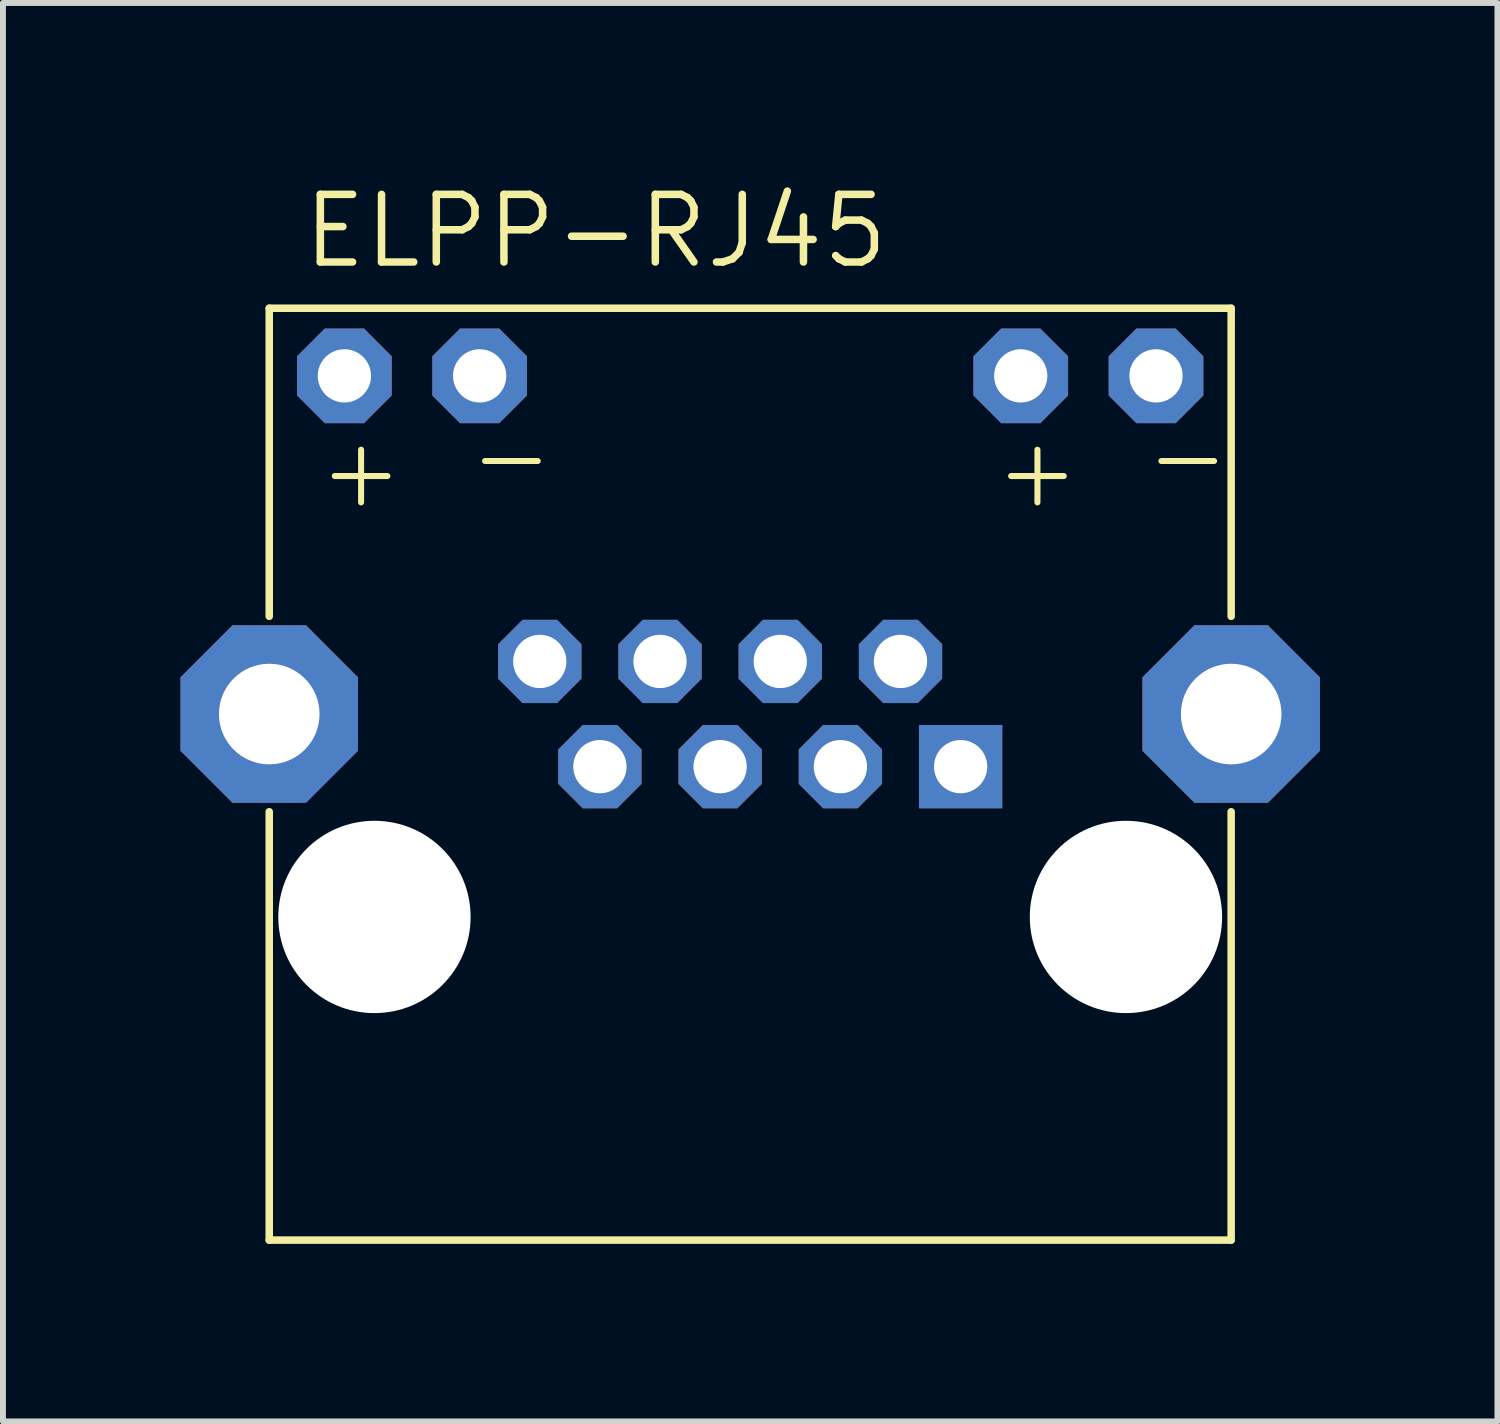
<source format=kicad_pcb>
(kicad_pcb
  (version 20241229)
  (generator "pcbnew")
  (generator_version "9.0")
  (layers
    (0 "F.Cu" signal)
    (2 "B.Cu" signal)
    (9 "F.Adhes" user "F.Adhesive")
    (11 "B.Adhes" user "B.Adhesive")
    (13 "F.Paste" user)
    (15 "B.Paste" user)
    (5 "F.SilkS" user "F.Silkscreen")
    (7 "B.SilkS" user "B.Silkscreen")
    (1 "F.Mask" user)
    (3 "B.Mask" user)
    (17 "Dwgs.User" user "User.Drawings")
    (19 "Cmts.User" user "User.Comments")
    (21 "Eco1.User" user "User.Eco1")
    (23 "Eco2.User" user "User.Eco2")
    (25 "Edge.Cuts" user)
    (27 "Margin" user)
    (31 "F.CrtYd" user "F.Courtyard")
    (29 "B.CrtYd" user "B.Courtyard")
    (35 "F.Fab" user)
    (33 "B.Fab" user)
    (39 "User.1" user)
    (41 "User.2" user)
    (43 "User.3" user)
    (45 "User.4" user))
  (footprint "ELPP-RJ45"
    (layer "F.Cu")
    (at 9.628 12.446)
    (property "Reference" "ELPP-RJ45" (at -7.62 -10.922 0) (unlocked yes) (layer "F.SilkS") (effects (font (size 1.143 1.143) (thickness 0.127)) (justify left bottom)))
    (fp_line (start -8.128 -10.287) (end -8.128 -5.08) (stroke (width 0.127) (type solid)) (layer "F.SilkS"))
    (fp_line (start -8.128 -10.287) (end 8.128 -10.287) (stroke (width 0.127) (type solid)) (layer "F.SilkS"))
    (fp_line (start -8.128 5.461) (end -8.128 -1.778) (stroke (width 0.127) (type solid)) (layer "F.SilkS"))
    (fp_line (start -8.128 5.461) (end 8.128 5.461) (stroke (width 0.127) (type solid)) (layer "F.SilkS"))
    (fp_line (start 8.128 -10.287) (end 8.128 -5.08) (stroke (width 0.127) (type solid)) (layer "F.SilkS"))
    (fp_line (start 8.128 5.461) (end 8.128 -1.778) (stroke (width 0.127) (type solid)) (layer "F.SilkS"))
    (fp_text user "+" (at -7.366 -6.858 0) (layer "F.SilkS") (effects (font (size 1.168 1.168) (thickness 0.102)) (justify left bottom)))
    (fp_text user "+" (at 4.064 -6.858 0) (layer "F.SilkS") (effects (font (size 1.168 1.168) (thickness 0.102)) (justify left bottom)))
    (fp_text user "-" (at 6.604 -7.112 0) (layer "F.SilkS") (effects (font (size 1.168 1.168) (thickness 0.102)) (justify left bottom)))
    (fp_text user "-" (at -4.826 -7.112 0) (layer "F.SilkS") (effects (font (size 1.168 1.168) (thickness 0.102)) (justify left bottom)))
    (pad "" np_thru_hole circle (at -6.35 0) (size 3.25 3.25) (drill 3.25) (layers "*.Cu" "*.Mask"))
    (pad "" np_thru_hole circle (at 6.35 0) (size 3.25 3.25) (drill 3.25) (layers "*.Cu" "*.Mask"))
    (pad "1" thru_hole rect (at 3.556 -2.54 90) (size 1.408 1.408) (drill 0.9) (layers "*.Cu" "*.Mask"))
    (pad "2" thru_hole roundrect (at 2.54 -4.318 90) (size 1.408 1.408) (drill 0.9) (layers "*.Cu" "*.Mask") (roundrect_rratio 0.25) (chamfer_ratio 0.293) (chamfer top_left top_right bottom_left bottom_right))
    (pad "3" thru_hole roundrect (at 1.524 -2.54 90) (size 1.408 1.408) (drill 0.9) (layers "*.Cu" "*.Mask") (roundrect_rratio 0.25) (chamfer_ratio 0.293) (chamfer top_left top_right bottom_left bottom_right))
    (pad "4" thru_hole roundrect (at 0.508 -4.318 90) (size 1.408 1.408) (drill 0.9) (layers "*.Cu" "*.Mask") (roundrect_rratio 0.25) (chamfer_ratio 0.293) (chamfer top_left top_right bottom_left bottom_right))
    (pad "5" thru_hole roundrect (at -0.508 -2.54 90) (size 1.408 1.408) (drill 0.9) (layers "*.Cu" "*.Mask") (roundrect_rratio 0.25) (chamfer_ratio 0.293) (chamfer top_left top_right bottom_left bottom_right))
    (pad "6" thru_hole roundrect (at -1.524 -4.318 90) (size 1.408 1.408) (drill 0.9) (layers "*.Cu" "*.Mask") (roundrect_rratio 0.25) (chamfer_ratio 0.293) (chamfer top_left top_right bottom_left bottom_right))
    (pad "7" thru_hole roundrect (at -2.54 -2.54 90) (size 1.408 1.408) (drill 0.9) (layers "*.Cu" "*.Mask") (roundrect_rratio 0.25) (chamfer_ratio 0.293) (chamfer top_left top_right bottom_left bottom_right))
    (pad "8" thru_hole roundrect (at -3.556 -4.318 90) (size 1.408 1.408) (drill 0.9) (layers "*.Cu" "*.Mask") (roundrect_rratio 0.25) (chamfer_ratio 0.293) (chamfer top_left top_right bottom_left bottom_right))
    (pad "9" thru_hole roundrect (at 6.858 -9.144 90) (size 1.6 1.6) (drill 0.9) (layers "*.Cu" "*.Mask") (roundrect_rratio 0.25) (chamfer_ratio 0.293) (chamfer top_left top_right bottom_left bottom_right))
    (pad "10" thru_hole roundrect (at 4.572 -9.144 90) (size 1.6 1.6) (drill 0.9) (layers "*.Cu" "*.Mask") (roundrect_rratio 0.25) (chamfer_ratio 0.293) (chamfer top_left top_right bottom_left bottom_right))
    (pad "11" thru_hole roundrect (at -4.572 -9.144 90) (size 1.6 1.6) (drill 0.9) (layers "*.Cu" "*.Mask") (roundrect_rratio 0.25) (chamfer_ratio 0.293) (chamfer top_left top_right bottom_left bottom_right))
    (pad "12" thru_hole roundrect (at -6.858 -9.144 90) (size 1.6 1.6) (drill 0.9) (layers "*.Cu" "*.Mask") (roundrect_rratio 0.25) (chamfer_ratio 0.293) (chamfer top_left top_right bottom_left bottom_right))
    (pad "13" thru_hole roundrect (at -8.128 -3.429 90) (size 3 3) (drill 1.7) (layers "*.Cu" "*.Mask") (roundrect_rratio 0.25) (chamfer_ratio 0.293) (chamfer top_left top_right bottom_left bottom_right))
    (pad "14" thru_hole roundrect (at 8.128 -3.429 90) (size 3 3) (drill 1.7) (layers "*.Cu" "*.Mask") (roundrect_rratio 0.25) (chamfer_ratio 0.293) (chamfer top_left top_right bottom_left bottom_right)))
  (gr_rect
    (start -3 -3)
    (end 22.256 20.971)
    (stroke (width 0.1) (type default))
    (fill no)
    (layer "Edge.Cuts")))
</source>
